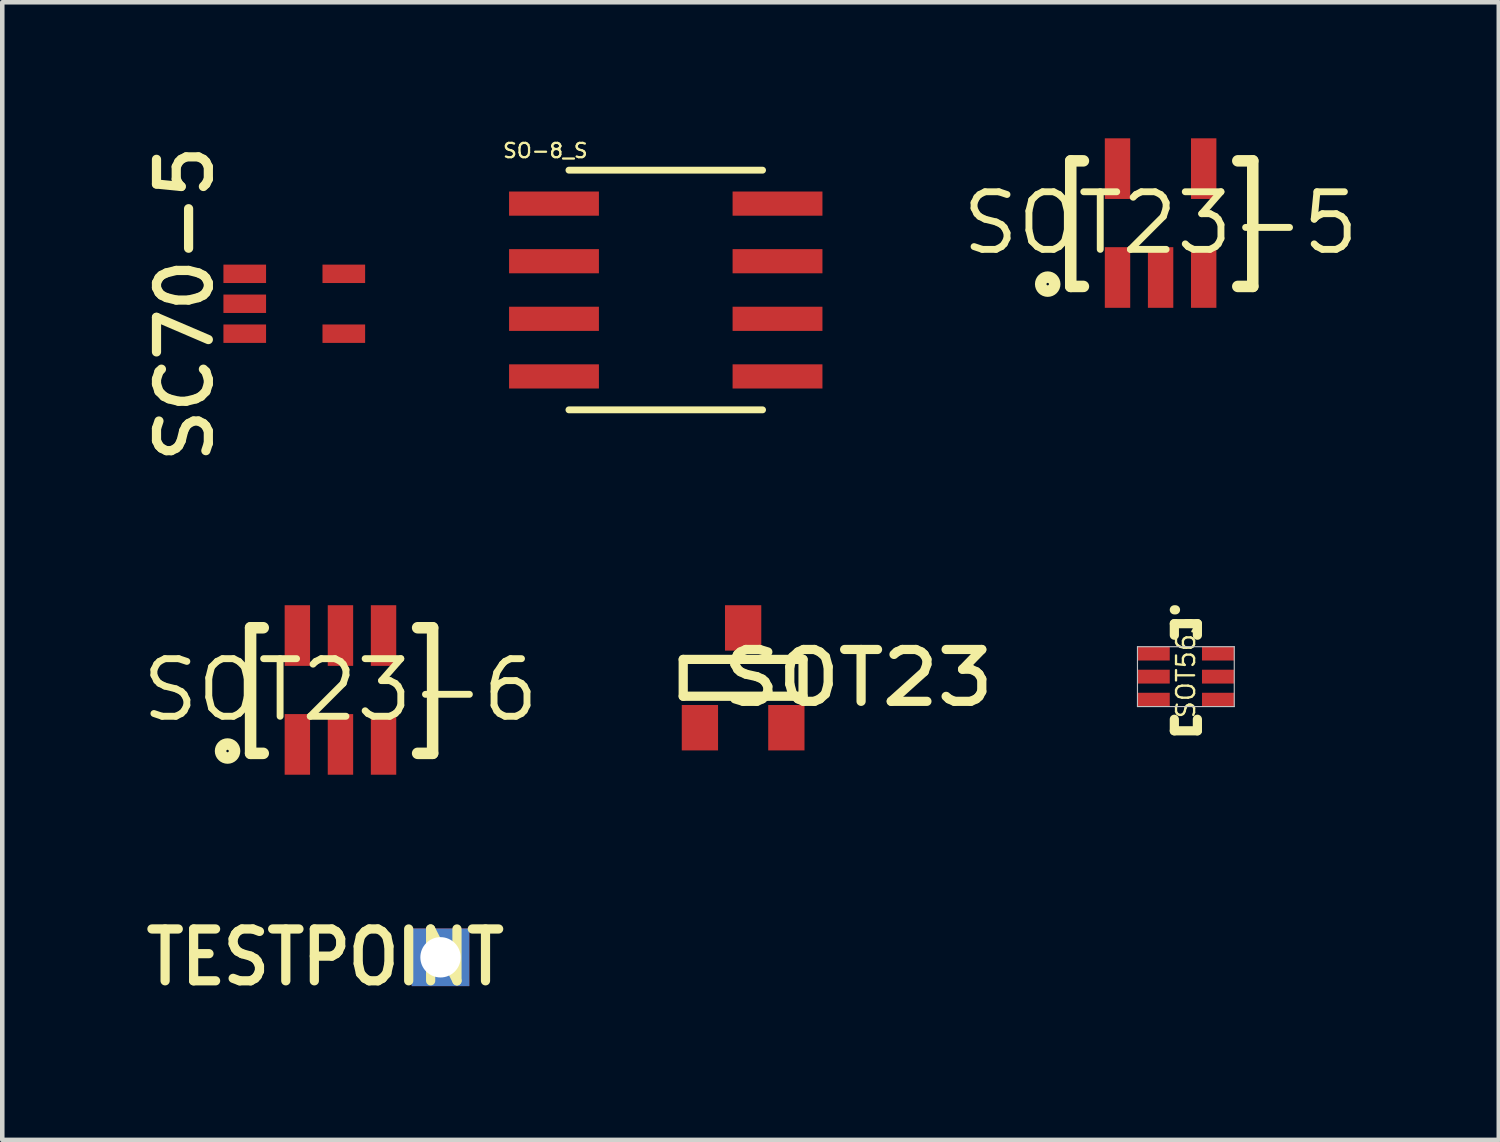
<source format=kicad_pcb>
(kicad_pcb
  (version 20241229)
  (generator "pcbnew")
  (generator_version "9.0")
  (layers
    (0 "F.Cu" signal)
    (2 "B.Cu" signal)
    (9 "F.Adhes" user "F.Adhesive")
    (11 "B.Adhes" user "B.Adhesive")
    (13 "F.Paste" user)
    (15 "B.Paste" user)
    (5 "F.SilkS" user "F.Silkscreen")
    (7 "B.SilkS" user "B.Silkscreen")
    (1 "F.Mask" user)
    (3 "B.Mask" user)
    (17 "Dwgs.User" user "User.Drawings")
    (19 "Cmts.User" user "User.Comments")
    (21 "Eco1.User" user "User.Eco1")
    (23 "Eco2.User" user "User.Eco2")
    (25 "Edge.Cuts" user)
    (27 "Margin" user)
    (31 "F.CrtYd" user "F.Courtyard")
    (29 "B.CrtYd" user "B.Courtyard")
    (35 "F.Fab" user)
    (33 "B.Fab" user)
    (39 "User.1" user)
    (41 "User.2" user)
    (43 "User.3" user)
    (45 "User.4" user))
  (footprint "SOT563"
    (layer "F.Cu")
    (at 23.095 11.868)
    (property "Reference" "SOT563" (at 0 -0.201 90) (layer "F.SilkS") (effects (font (size 0.399 0.399) (thickness 0.051))))
    (attr smd)
    (fp_line (start -0.254 -1.473) (end -0.229 -1.473) (stroke (width 0.203) (type solid)) (layer "F.SilkS"))
    (fp_line (start -0.254 -1.168) (end -0.254 -0.914) (stroke (width 0.203) (type solid)) (layer "F.SilkS"))
    (fp_line (start -0.254 0.94) (end -0.254 1.194) (stroke (width 0.203) (type solid)) (layer "F.SilkS"))
    (fp_line (start -0.254 1.194) (end 0.254 1.194) (stroke (width 0.203) (type solid)) (layer "F.SilkS"))
    (fp_line (start 0.254 -1.168) (end -0.254 -1.168) (stroke (width 0.203) (type solid)) (layer "F.SilkS"))
    (fp_line (start 0.254 -0.914) (end 0.254 -1.168) (stroke (width 0.203) (type solid)) (layer "F.SilkS"))
    (fp_line (start 0.254 1.194) (end 0.254 0.94) (stroke (width 0.203) (type solid)) (layer "F.SilkS"))
    (fp_line (start -1.067 -0.66) (end 1.067 -0.66) (stroke (width 0.025) (type solid)) (layer "Dwgs.User"))
    (fp_line (start -1.067 0.66) (end -1.067 -0.66) (stroke (width 0.025) (type solid)) (layer "Dwgs.User"))
    (fp_line (start 1.067 -0.66) (end 1.067 0.66) (stroke (width 0.025) (type solid)) (layer "Dwgs.User"))
    (fp_line (start 1.067 0.66) (end -1.067 0.66) (stroke (width 0.025) (type solid)) (layer "Dwgs.User"))
    (fp_line (start -0.254 -1.473) (end -0.229 -1.473) (stroke (width 0.203) (type solid)) (layer "Eco1.User"))
    (fp_line (start -0.254 -1.168) (end -0.254 -0.914) (stroke (width 0.203) (type solid)) (layer "Eco1.User"))
    (fp_line (start -0.254 0.94) (end -0.254 1.194) (stroke (width 0.203) (type solid)) (layer "Eco1.User"))
    (fp_line (start -0.254 1.194) (end 0.254 1.194) (stroke (width 0.203) (type solid)) (layer "Eco1.User"))
    (fp_line (start 0.254 -1.168) (end -0.254 -1.168) (stroke (width 0.203) (type solid)) (layer "Eco1.User"))
    (fp_line (start 0.254 -0.914) (end 0.254 -1.168) (stroke (width 0.203) (type solid)) (layer "Eco1.User"))
    (fp_line (start 0.254 1.194) (end 0.254 0.94) (stroke (width 0.203) (type solid)) (layer "Eco1.User"))
    (pad "1" smd rect (at -0.711 -0.508) (size 0.711 0.305) (layers "F.Cu" "F.Mask" "F.Paste" "Eco1.User"))
    (pad "2" smd rect (at -0.711 0) (size 0.711 0.305) (layers "F.Cu" "F.Mask" "F.Paste" "Eco1.User"))
    (pad "3" smd rect (at -0.711 0.508) (size 0.711 0.305) (layers "F.Cu" "F.Mask" "F.Paste" "Eco1.User"))
    (pad "4" smd rect (at 0.711 0.508) (size 0.711 0.305) (layers "F.Cu" "F.Mask" "F.Paste" "Eco1.User"))
    (pad "5" smd rect (at 0.711 0) (size 0.711 0.305) (layers "F.Cu" "F.Mask" "F.Paste" "Eco1.User"))
    (pad "6" smd rect (at 0.711 -0.508) (size 0.711 0.305) (layers "F.Cu" "F.Mask" "F.Paste" "Eco1.User")))
  (footprint "SOT23"
    (layer "F.Cu")
    (at 13.334 11.894)
    (property "Reference" "SOT23" (at 2.54 0 0) (layer "F.SilkS") (effects (font (size 1.143 1.27) (thickness 0.203))))
    (attr smd)
    (fp_line (start -1.321 -0.406) (end -1.321 0.406) (stroke (width 0.203) (type solid)) (layer "F.SilkS"))
    (fp_line (start -1.321 0.406) (end 1.321 0.406) (stroke (width 0.203) (type solid)) (layer "F.SilkS"))
    (fp_line (start 1.321 -0.406) (end -1.321 -0.406) (stroke (width 0.203) (type solid)) (layer "F.SilkS"))
    (fp_line (start 1.321 0.406) (end 1.321 -0.406) (stroke (width 0.203) (type solid)) (layer "F.SilkS"))
    (fp_line (start -1.321 -0.406) (end -1.321 0.406) (stroke (width 0.203) (type solid)) (layer "Eco1.User"))
    (fp_line (start -1.321 0.406) (end 1.321 0.406) (stroke (width 0.203) (type solid)) (layer "Eco1.User"))
    (fp_line (start 1.321 -0.406) (end -1.321 -0.406) (stroke (width 0.203) (type solid)) (layer "Eco1.User"))
    (fp_line (start 1.321 0.406) (end 1.321 -0.406) (stroke (width 0.203) (type solid)) (layer "Eco1.User"))
    (pad "1" smd rect (at -0.953 1.1) (size 0.8 1.001) (layers "F.Cu" "F.Mask" "F.Paste" "Eco1.User"))
    (pad "2" smd rect (at 0.953 1.1) (size 0.8 1.001) (layers "F.Cu" "F.Mask" "F.Paste" "Eco1.User"))
    (pad "3" smd rect (at 0 -1.1) (size 0.8 1.001) (layers "F.Cu" "F.Mask" "F.Paste" "Eco1.User")))
  (footprint "SOT23-5"
    (layer "F.Cu")
    (at 22.538 1.868)
    (property "Reference" "SOT23-5" (at 0 0 0) (layer "F.SilkS") (effects (font (size 1.27 1.27) (thickness 0.152))))
    (attr smd)
    (fp_line (start -1.981 -1.372) (end -1.981 1.397) (stroke (width 0.254) (type solid)) (layer "F.SilkS"))
    (fp_line (start -1.981 1.397) (end -1.702 1.397) (stroke (width 0.254) (type solid)) (layer "F.SilkS"))
    (fp_line (start -1.702 -1.372) (end -1.981 -1.372) (stroke (width 0.254) (type solid)) (layer "F.SilkS"))
    (fp_line (start 1.702 1.397) (end 2.032 1.397) (stroke (width 0.254) (type solid)) (layer "F.SilkS"))
    (fp_line (start 2.032 -1.372) (end 1.702 -1.372) (stroke (width 0.254) (type solid)) (layer "F.SilkS"))
    (fp_line (start 2.032 1.397) (end 2.032 -1.372) (stroke (width 0.254) (type solid)) (layer "F.SilkS"))
    (fp_circle (center -2.489 1.346) (end -2.337 1.372) (stroke (width 0.254) (type solid)) (fill no) (layer "F.SilkS"))
    (pad "1" smd rect (at -0.95 1.2) (size 0.56 1.337) (layers "F.Cu" "F.Mask" "F.Paste" "Eco1.User"))
    (pad "2" smd rect (at 0 1.2) (size 0.56 1.337) (layers "F.Cu" "F.Mask" "F.Paste" "Eco1.User"))
    (pad "3" smd rect (at 0.95 1.2) (size 0.56 1.337) (layers "F.Cu" "F.Mask" "F.Paste" "Eco1.User"))
    (pad "4" smd rect (at 0.95 -1.2) (size 0.56 1.337) (layers "F.Cu" "F.Mask" "F.Paste" "Eco1.User"))
    (pad "5" smd rect (at -0.95 -1.2) (size 0.56 1.337) (layers "F.Cu" "F.Mask" "F.Paste" "Eco1.User")))
  (footprint "SC70-5"
    (layer "F.Cu")
    (at 3.438 3.647)
    (property "Reference" "SC70-5" (at -2.413 0 90) (layer "F.SilkS") (effects (font (size 1.143 1.143) (thickness 0.203))))
    (attr through_hole)
    (pad "1" smd rect (at -1.092 -0.66) (size 0.94 0.406) (layers "F.Cu" "F.Mask" "F.Paste"))
    (pad "2" smd rect (at -1.092 0) (size 0.94 0.406) (layers "F.Cu" "F.Mask" "F.Paste"))
    (pad "3" smd rect (at -1.092 0.66) (size 0.94 0.406) (layers "F.Cu" "F.Mask" "F.Paste"))
    (pad "4" smd rect (at 1.092 0.66) (size 0.94 0.406) (layers "F.Cu" "F.Mask" "F.Paste"))
    (pad "5" smd rect (at 1.092 -0.66) (size 0.94 0.406) (layers "F.Cu" "F.Mask" "F.Paste")))
  (footprint "TESTPOINT"
    (layer "F.Cu")
    (at 6.662 18.056)
    (property "Reference" "TESTPOINT" (at -2.54 0 0) (layer "F.SilkS") (effects (font (size 1.143 1.016) (thickness 0.203))))
    (attr smd)
    (pad "1" thru_hole rect (at 0 0) (size 1.27 1.27) (drill 0.889) (layers "*.Cu" "*.Mask" "Eco1.User")))
  (footprint "SO-8_S"
    (layer "F.Cu")
    (at 11.628 3.344)
    (property "Reference" "SO-8_S" (at -2.654 -3.072 0) (layer "F.SilkS") (effects (font (size 0.315 0.315) (thickness 0.05))))
    (attr smd)
    (fp_line (start -2.134 2.642) (end 2.134 2.642) (stroke (width 0.152) (type solid)) (layer "F.SilkS"))
    (fp_line (start 2.134 -2.642) (end -2.134 -2.642) (stroke (width 0.152) (type solid)) (layer "F.SilkS"))
    (fp_line (start -3.099 -2.134) (end -3.099 -1.651) (stroke (width 0.152) (type solid)) (layer "Eco2.User"))
    (fp_line (start -3.099 -1.651) (end -1.981 -1.676) (stroke (width 0.152) (type solid)) (layer "Eco2.User"))
    (fp_line (start -3.099 -0.864) (end -3.099 -0.381) (stroke (width 0.152) (type solid)) (layer "Eco2.User"))
    (fp_line (start -3.099 -0.381) (end -1.981 -0.406) (stroke (width 0.152) (type solid)) (layer "Eco2.User"))
    (fp_line (start -3.099 0.406) (end -3.099 0.889) (stroke (width 0.152) (type solid)) (layer "Eco2.User"))
    (fp_line (start -3.099 0.889) (end -1.981 0.864) (stroke (width 0.152) (type solid)) (layer "Eco2.User"))
    (fp_line (start -3.099 1.676) (end -3.099 2.159) (stroke (width 0.152) (type solid)) (layer "Eco2.User"))
    (fp_line (start -3.099 2.159) (end -1.981 2.134) (stroke (width 0.152) (type solid)) (layer "Eco2.User"))
    (fp_line (start -1.981 -2.489) (end -1.981 2.489) (stroke (width 0.152) (type solid)) (layer "Eco2.User"))
    (fp_line (start -1.981 -2.134) (end -3.099 -2.134) (stroke (width 0.152) (type solid)) (layer "Eco2.User"))
    (fp_line (start -1.981 -1.676) (end -1.981 -2.134) (stroke (width 0.152) (type solid)) (layer "Eco2.User"))
    (fp_line (start -1.981 -0.864) (end -3.099 -0.864) (stroke (width 0.152) (type solid)) (layer "Eco2.User"))
    (fp_line (start -1.981 -0.406) (end -1.981 -0.864) (stroke (width 0.152) (type solid)) (layer "Eco2.User"))
    (fp_line (start -1.981 0.406) (end -3.099 0.406) (stroke (width 0.152) (type solid)) (layer "Eco2.User"))
    (fp_line (start -1.981 0.864) (end -1.981 0.406) (stroke (width 0.152) (type solid)) (layer "Eco2.User"))
    (fp_line (start -1.981 1.676) (end -3.099 1.676) (stroke (width 0.152) (type solid)) (layer "Eco2.User"))
    (fp_line (start -1.981 2.134) (end -1.981 1.676) (stroke (width 0.152) (type solid)) (layer "Eco2.User"))
    (fp_line (start -1.981 2.489) (end 1.981 2.489) (stroke (width 0.152) (type solid)) (layer "Eco2.User"))
    (fp_line (start -0.305 -2.489) (end -1.981 -2.489) (stroke (width 0.152) (type solid)) (layer "Eco2.User"))
    (fp_line (start 1.981 -2.489) (end -0.305 -2.489) (stroke (width 0.152) (type solid)) (layer "Eco2.User"))
    (fp_line (start 1.981 -2.134) (end 1.981 -1.676) (stroke (width 0.152) (type solid)) (layer "Eco2.User"))
    (fp_line (start 1.981 -1.676) (end 3.099 -1.676) (stroke (width 0.152) (type solid)) (layer "Eco2.User"))
    (fp_line (start 1.981 -0.864) (end 1.981 -0.406) (stroke (width 0.152) (type solid)) (layer "Eco2.User"))
    (fp_line (start 1.981 -0.406) (end 3.099 -0.406) (stroke (width 0.152) (type solid)) (layer "Eco2.User"))
    (fp_line (start 1.981 0.406) (end 1.981 0.864) (stroke (width 0.152) (type solid)) (layer "Eco2.User"))
    (fp_line (start 1.981 0.864) (end 3.099 0.864) (stroke (width 0.152) (type solid)) (layer "Eco2.User"))
    (fp_line (start 1.981 1.676) (end 1.981 2.134) (stroke (width 0.152) (type solid)) (layer "Eco2.User"))
    (fp_line (start 1.981 2.134) (end 3.099 2.134) (stroke (width 0.152) (type solid)) (layer "Eco2.User"))
    (fp_line (start 1.981 2.489) (end 1.981 -2.489) (stroke (width 0.152) (type solid)) (layer "Eco2.User"))
    (fp_line (start 3.099 -2.159) (end 1.981 -2.134) (stroke (width 0.152) (type solid)) (layer "Eco2.User"))
    (fp_line (start 3.099 -1.676) (end 3.099 -2.159) (stroke (width 0.152) (type solid)) (layer "Eco2.User"))
    (fp_line (start 3.099 -0.889) (end 1.981 -0.864) (stroke (width 0.152) (type solid)) (layer "Eco2.User"))
    (fp_line (start 3.099 -0.406) (end 3.099 -0.889) (stroke (width 0.152) (type solid)) (layer "Eco2.User"))
    (fp_line (start 3.099 0.381) (end 1.981 0.406) (stroke (width 0.152) (type solid)) (layer "Eco2.User"))
    (fp_line (start 3.099 0.864) (end 3.099 0.381) (stroke (width 0.152) (type solid)) (layer "Eco2.User"))
    (fp_line (start 3.099 1.651) (end 1.981 1.676) (stroke (width 0.152) (type solid)) (layer "Eco2.User"))
    (fp_line (start 3.099 2.134) (end 3.099 1.651) (stroke (width 0.152) (type solid)) (layer "Eco2.User"))
    (fp_arc (start 0.3048 -2.5146) (mid 0.0127 -2.1971) (end -0.3048 -2.4892) (stroke (width 0.1524) (type solid)) (layer "Eco2.User"))
    (pad "1" smd rect (at -2.464 -1.905) (size 1.981 0.533) (layers "F.Cu" "F.Mask" "F.Paste"))
    (pad "2" smd rect (at -2.464 -0.635) (size 1.981 0.533) (layers "F.Cu" "F.Mask" "F.Paste"))
    (pad "3" smd rect (at -2.464 0.635) (size 1.981 0.533) (layers "F.Cu" "F.Mask" "F.Paste"))
    (pad "4" smd rect (at -2.464 1.905) (size 1.981 0.533) (layers "F.Cu" "F.Mask" "F.Paste"))
    (pad "5" smd rect (at 2.464 1.905) (size 1.981 0.533) (layers "F.Cu" "F.Mask" "F.Paste"))
    (pad "6" smd rect (at 2.464 0.635) (size 1.981 0.533) (layers "F.Cu" "F.Mask" "F.Paste"))
    (pad "7" smd rect (at 2.464 -0.635) (size 1.981 0.533) (layers "F.Cu" "F.Mask" "F.Paste"))
    (pad "8" smd rect (at 2.464 -1.905) (size 1.981 0.533) (layers "F.Cu" "F.Mask" "F.Paste")))
  (footprint "SOT23-6"
    (layer "F.Cu")
    (at 4.456 12.162)
    (property "Reference" "SOT23-6" (at 0 0 0) (layer "F.SilkS") (effects (font (size 1.27 1.27) (thickness 0.152))))
    (attr smd)
    (fp_line (start -1.981 -1.372) (end -1.981 1.397) (stroke (width 0.254) (type solid)) (layer "F.SilkS"))
    (fp_line (start -1.981 1.397) (end -1.702 1.397) (stroke (width 0.254) (type solid)) (layer "F.SilkS"))
    (fp_line (start -1.702 -1.372) (end -1.981 -1.372) (stroke (width 0.254) (type solid)) (layer "F.SilkS"))
    (fp_line (start 1.702 1.397) (end 2.032 1.397) (stroke (width 0.254) (type solid)) (layer "F.SilkS"))
    (fp_line (start 2.032 -1.372) (end 1.702 -1.372) (stroke (width 0.254) (type solid)) (layer "F.SilkS"))
    (fp_line (start 2.032 1.397) (end 2.032 -1.372) (stroke (width 0.254) (type solid)) (layer "F.SilkS"))
    (fp_circle (center -2.489 1.346) (end -2.337 1.372) (stroke (width 0.254) (type solid)) (fill no) (layer "F.SilkS"))
    (pad "1" smd rect (at -0.95 1.2) (size 0.56 1.337) (layers "F.Cu" "F.Mask" "F.Paste" "Eco1.User"))
    (pad "2" smd rect (at 0 1.2) (size 0.56 1.337) (layers "F.Cu" "F.Mask" "F.Paste" "Eco1.User"))
    (pad "3" smd rect (at 0.95 1.2) (size 0.56 1.337) (layers "F.Cu" "F.Mask" "F.Paste" "Eco1.User"))
    (pad "4" smd rect (at 0.95 -1.2) (size 0.56 1.337) (layers "F.Cu" "F.Mask" "F.Paste" "Eco1.User"))
    (pad "5" smd rect (at 0 -1.2) (size 0.56 1.337) (layers "F.Cu" "F.Mask" "F.Paste" "Eco1.User"))
    (pad "6" smd rect (at -0.95 -1.2) (size 0.56 1.337) (layers "F.Cu" "F.Mask" "F.Paste" "Eco1.User")))
  (gr_rect
    (start -3 -3)
    (end 29.994 22.081)
    (stroke (width 0.1) (type default))
    (fill no)
    (layer "Edge.Cuts")))
</source>
